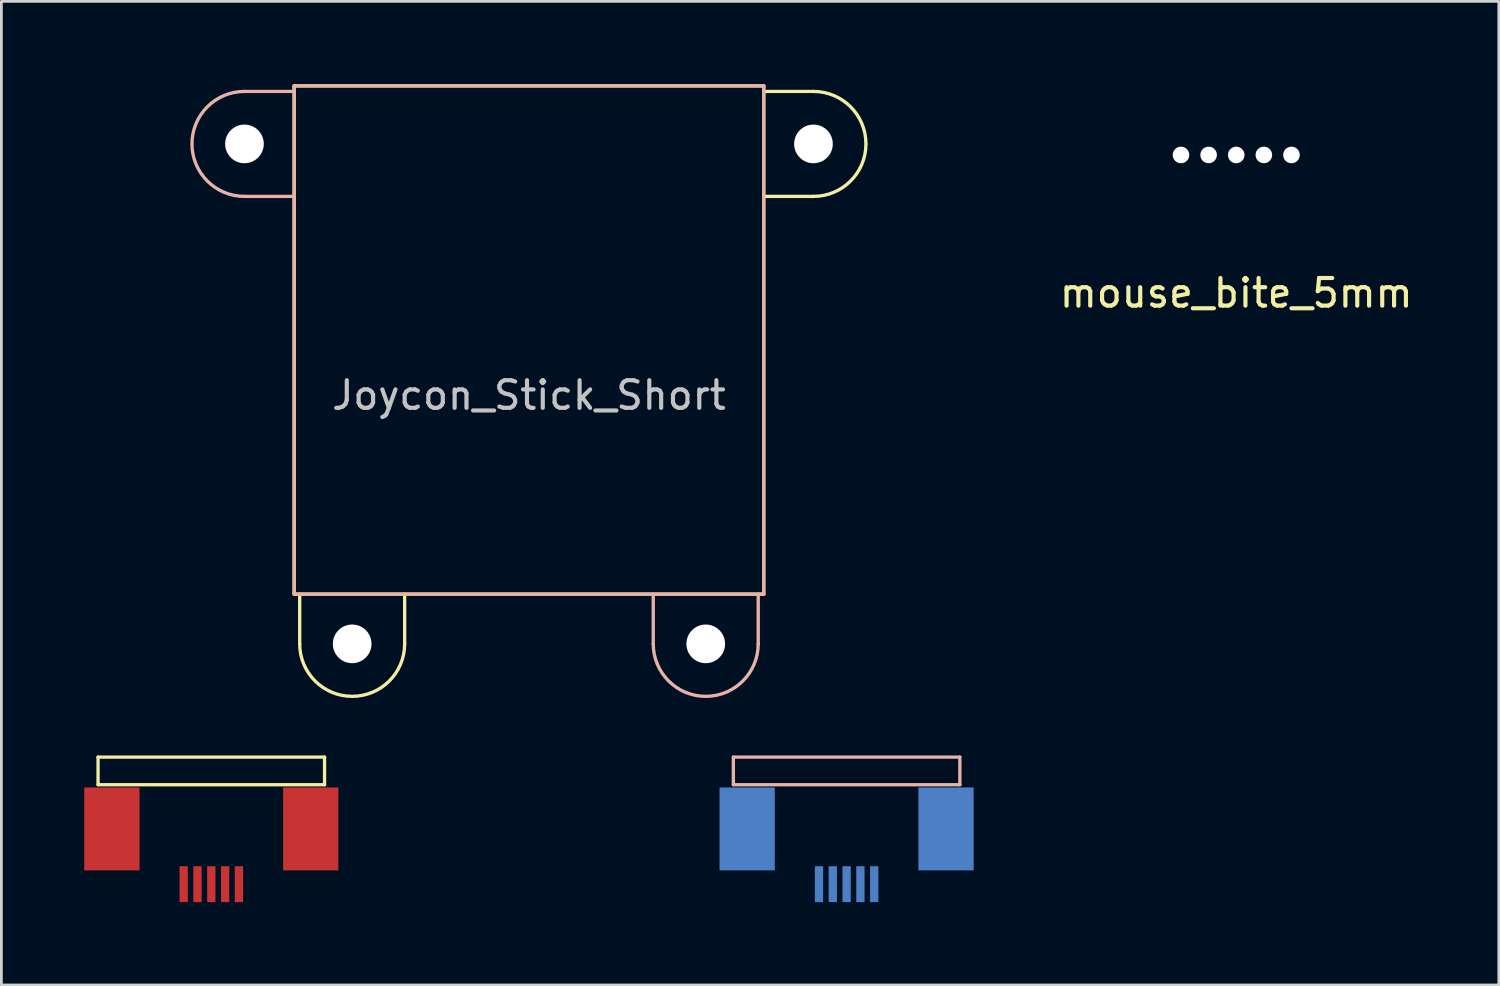
<source format=kicad_pcb>
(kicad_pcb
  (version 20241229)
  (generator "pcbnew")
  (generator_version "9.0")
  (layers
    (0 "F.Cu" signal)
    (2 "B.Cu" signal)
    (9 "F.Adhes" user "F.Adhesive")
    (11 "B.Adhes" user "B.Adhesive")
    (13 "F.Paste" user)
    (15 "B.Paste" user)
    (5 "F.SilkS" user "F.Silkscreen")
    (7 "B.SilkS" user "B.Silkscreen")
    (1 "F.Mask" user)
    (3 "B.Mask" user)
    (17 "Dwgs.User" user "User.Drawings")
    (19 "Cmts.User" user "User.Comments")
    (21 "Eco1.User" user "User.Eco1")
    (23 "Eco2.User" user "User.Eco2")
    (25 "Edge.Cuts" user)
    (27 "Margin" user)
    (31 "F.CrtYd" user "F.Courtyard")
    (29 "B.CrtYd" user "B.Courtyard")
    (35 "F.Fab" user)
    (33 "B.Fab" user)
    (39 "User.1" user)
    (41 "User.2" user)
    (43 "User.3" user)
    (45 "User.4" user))
  (footprint "mouse_bite_5mm"
    (layer "F.Cu")
    (at 41.706 2.56)
    (property "Reference" "mouse_bite_5mm" (at 0 5 0) (layer "F.SilkS") (effects (font (size 1 1) (thickness 0.15))))
    (attr through_hole)
    (fp_line (start -2.5 -2.5) (end -2.5 2.5) (stroke (width 0.12) (type solid)) (layer "Eco1.User"))
    (fp_line (start -2.5 2.5) (end 2.5 2.5) (stroke (width 0.12) (type solid)) (layer "Eco1.User"))
    (fp_line (start 2.5 -2.5) (end -2.5 -2.5) (stroke (width 0.12) (type solid)) (layer "Eco1.User"))
    (fp_line (start 2.5 2.5) (end 2.5 -2.5) (stroke (width 0.12) (type solid)) (layer "Eco1.User"))
    (pad "" np_thru_hole circle (at -2 0) (size 0.6 0.6) (drill 0.6) (layers "*.Cu" "*.Mask"))
    (pad "" np_thru_hole circle (at -1 0) (size 0.6 0.6) (drill 0.6) (layers "*.Cu" "*.Mask"))
    (pad "" np_thru_hole circle (at 0 0) (size 0.6 0.6) (drill 0.6) (layers "*.Cu" "*.Mask"))
    (pad "" np_thru_hole circle (at 1 0) (size 0.6 0.6) (drill 0.6) (layers "*.Cu" "*.Mask"))
    (pad "" np_thru_hole circle (at 2 0) (size 0.6 0.6) (drill 0.6) (layers "*.Cu" "*.Mask")))
  (footprint "Joycon_Stick_Short"
    (layer "F.Cu")
    (at 16.1 9.26)
    (property "Reference" "Joycon_Stick_Short" (at 0 2 0) (layer "Dwgs.User") (effects (font (size 1 1) (thickness 0.15))))
    (attr through_hole)
    (fp_line (start -15.6 15.1) (end -7.4 15.1) (stroke (width 0.12) (type solid)) (layer "F.SilkS"))
    (fp_line (start -15.6 16.1) (end -15.6 15.1) (stroke (width 0.12) (type solid)) (layer "F.SilkS"))
    (fp_line (start -8.5 -9.2) (end 8.5 -9.2) (stroke (width 0.12) (type solid)) (layer "F.SilkS"))
    (fp_line (start -8.5 9.2) (end -8.5 -9.2) (stroke (width 0.12) (type solid)) (layer "F.SilkS"))
    (fp_line (start -8.3 11) (end -8.3 9.2) (stroke (width 0.12) (type solid)) (layer "F.SilkS"))
    (fp_line (start -7.4 15.1) (end -7.4 16.1) (stroke (width 0.12) (type solid)) (layer "F.SilkS"))
    (fp_line (start -7.4 16.1) (end -15.6 16.1) (stroke (width 0.12) (type solid)) (layer "F.SilkS"))
    (fp_line (start -4.5 9.2) (end -4.5 11) (stroke (width 0.12) (type solid)) (layer "F.SilkS"))
    (fp_line (start 8.5 -9.2) (end 8.5 9.2) (stroke (width 0.12) (type solid)) (layer "F.SilkS"))
    (fp_line (start 8.5 -5.2) (end 10.3 -5.2) (stroke (width 0.12) (type solid)) (layer "F.SilkS"))
    (fp_line (start 8.5 9.2) (end -8.5 9.2) (stroke (width 0.12) (type solid)) (layer "F.SilkS"))
    (fp_line (start 10.3 -9) (end 8.5 -9) (stroke (width 0.12) (type solid)) (layer "F.SilkS"))
    (fp_arc (start -4.5 11) (mid -6.4 12.9) (end -8.3 11) (stroke (width 0.12) (type solid)) (layer "F.SilkS"))
    (fp_arc (start 10.3 -9) (mid 12.2 -7.1) (end 10.3 -5.2) (stroke (width 0.12) (type solid)) (layer "F.SilkS"))
    (fp_line (start -10.3 -9) (end -8.5 -9) (stroke (width 0.12) (type solid)) (layer "B.SilkS"))
    (fp_line (start -8.5 -9.2) (end -8.5 9.2) (stroke (width 0.12) (type solid)) (layer "B.SilkS"))
    (fp_line (start -8.5 -5.2) (end -10.3 -5.2) (stroke (width 0.12) (type solid)) (layer "B.SilkS"))
    (fp_line (start -8.5 9.2) (end 8.5 9.2) (stroke (width 0.12) (type solid)) (layer "B.SilkS"))
    (fp_line (start 4.5 9.2) (end 4.5 11) (stroke (width 0.12) (type solid)) (layer "B.SilkS"))
    (fp_line (start 7.4 15.1) (end 15.6 15.1) (stroke (width 0.12) (type solid)) (layer "B.SilkS"))
    (fp_line (start 7.4 16.1) (end 7.4 15.1) (stroke (width 0.12) (type solid)) (layer "B.SilkS"))
    (fp_line (start 8.3 11) (end 8.3 9.2) (stroke (width 0.12) (type solid)) (layer "B.SilkS"))
    (fp_line (start 8.5 -9.2) (end -8.5 -9.2) (stroke (width 0.12) (type solid)) (layer "B.SilkS"))
    (fp_line (start 8.5 9.2) (end 8.5 -9.2) (stroke (width 0.12) (type solid)) (layer "B.SilkS"))
    (fp_line (start 15.6 15.1) (end 15.6 16.1) (stroke (width 0.12) (type solid)) (layer "B.SilkS"))
    (fp_line (start 15.6 16.1) (end 7.4 16.1) (stroke (width 0.12) (type solid)) (layer "B.SilkS"))
    (fp_arc (start -10.3 -5.2) (mid -12.2 -7.1) (end -10.3 -9) (stroke (width 0.12) (type solid)) (layer "B.SilkS"))
    (fp_arc (start 8.3 11) (mid 6.4 12.9) (end 4.5 11) (stroke (width 0.12) (type solid)) (layer "B.SilkS"))
    (fp_line (start -15.1 16.1) (end -15.1 19.1) (stroke (width 0.12) (type solid)) (layer "Eco1.User"))
    (fp_line (start -15.1 19.1) (end -7.9 19.1) (stroke (width 0.12) (type solid)) (layer "Eco1.User"))
    (fp_line (start -13 9.2) (end -13 18.2) (stroke (width 0.12) (type solid)) (layer "Eco1.User"))
    (fp_line (start -13 15.2) (end -10 15.2) (stroke (width 0.12) (type solid)) (layer "Eco1.User"))
    (fp_line (start -13 18.2) (end -10 18.2) (stroke (width 0.12) (type solid)) (layer "Eco1.User"))
    (fp_line (start -10 9.7) (end -10 18.2) (stroke (width 0.12) (type solid)) (layer "Eco1.User"))
    (fp_line (start -9.5 9.2) (end -8.5 9.2) (stroke (width 0.12) (type solid)) (layer "Eco1.User"))
    (fp_line (start -9 6.2) (end -10 6.2) (stroke (width 0.12) (type solid)) (layer "Eco1.User"))
    (fp_line (start -7.9 19.1) (end -7.9 16.1) (stroke (width 0.12) (type solid)) (layer "Eco1.User"))
    (fp_line (start 7.9 16.1) (end 7.9 19.1) (stroke (width 0.12) (type solid)) (layer "Eco1.User"))
    (fp_line (start 7.9 19.1) (end 15.1 19.1) (stroke (width 0.12) (type solid)) (layer "Eco1.User"))
    (fp_line (start 9 6.2) (end 10 6.2) (stroke (width 0.12) (type solid)) (layer "Eco1.User"))
    (fp_line (start 9.5 9.2) (end 8.5 9.2) (stroke (width 0.12) (type solid)) (layer "Eco1.User"))
    (fp_line (start 10 9.7) (end 10 18.2) (stroke (width 0.12) (type solid)) (layer "Eco1.User"))
    (fp_line (start 13 9.2) (end 13 18.2) (stroke (width 0.12) (type solid)) (layer "Eco1.User"))
    (fp_line (start 13 15.2) (end 10 15.2) (stroke (width 0.12) (type solid)) (layer "Eco1.User"))
    (fp_line (start 13 18.2) (end 10 18.2) (stroke (width 0.12) (type solid)) (layer "Eco1.User"))
    (fp_line (start 15.1 19.1) (end 15.1 16.1) (stroke (width 0.12) (type solid)) (layer "Eco1.User"))
    (fp_arc (start -13 9.2) (mid -12.12132 7.07868) (end -10 6.2) (stroke (width 0.12) (type solid)) (layer "Eco1.User"))
    (fp_arc (start -10 9.7) (mid -9.853553 9.346447) (end -9.5 9.2) (stroke (width 0.12) (type solid)) (layer "Eco1.User"))
    (fp_arc (start -8.5 5.7) (mid -8.646447 6.053553) (end -9 6.2) (stroke (width 0.12) (type solid)) (layer "Eco1.User"))
    (fp_arc (start 9 6.2) (mid 8.646447 6.053553) (end 8.5 5.7) (stroke (width 0.12) (type solid)) (layer "Eco1.User"))
    (fp_arc (start 9.5 9.2) (mid 9.853553 9.346447) (end 10 9.7) (stroke (width 0.12) (type solid)) (layer "Eco1.User"))
    (fp_arc (start 10 6.2) (mid 12.12132 7.07868) (end 13 9.2) (stroke (width 0.12) (type solid)) (layer "Eco1.User"))
    (fp_line (start -15 9.4) (end -15 17.4) (stroke (width 0.12) (type solid)) (layer "Eco2.User"))
    (fp_line (start -15 9.4) (end -9 9.4) (stroke (width 0.12) (type solid)) (layer "Eco2.User"))
    (fp_line (start -15 17.4) (end -9 17.4) (stroke (width 0.12) (type solid)) (layer "Eco2.User"))
    (fp_line (start -9 9.4) (end -9 17.4) (stroke (width 0.12) (type solid)) (layer "Eco2.User"))
    (fp_line (start 9 9.4) (end 9 17.4) (stroke (width 0.12) (type solid)) (layer "Eco2.User"))
    (fp_line (start 9 9.4) (end 15 9.4) (stroke (width 0.12) (type solid)) (layer "Eco2.User"))
    (fp_line (start 9 17.4) (end 15 17.4) (stroke (width 0.12) (type solid)) (layer "Eco2.User"))
    (fp_line (start 15 9.4) (end 15 17.4) (stroke (width 0.12) (type solid)) (layer "Eco2.User"))
    (fp_circle (center -10.3 -7.1) (end -9.3 -7.1) (stroke (width 0.05) (type solid)) (fill no) (layer "Eco2.User"))
    (fp_circle (center -6.4 11) (end -5.4 11) (stroke (width 0.05) (type solid)) (fill no) (layer "Eco2.User"))
    (fp_circle (center 6.4 11) (end 7.4 11) (stroke (width 0.05) (type solid)) (fill no) (layer "Eco2.User"))
    (fp_circle (center 10.3 -7.1) (end 11.3 -7.1) (stroke (width 0.05) (type solid)) (fill no) (layer "Eco2.User"))
    (pad "" smd rect (at -15.1 17.7 270) (size 3 2) (layers "F.Cu" "F.Mask" "F.Paste"))
    (pad "" np_thru_hole circle (at -10.3 -7.1 180) (size 1.4 1.4) (drill 1.4) (layers "*.Cu" "*.Mask"))
    (pad "" smd rect (at -7.9 17.7 270) (size 3 2) (layers "F.Cu" "F.Mask" "F.Paste"))
    (pad "" np_thru_hole circle (at -6.4 11) (size 1.4 1.4) (drill 1.4) (layers "*.Cu" "*.Mask"))
    (pad "" np_thru_hole circle (at 6.4 11 180) (size 1.4 1.4) (drill 1.4) (layers "*.Cu" "*.Mask"))
    (pad "" smd rect (at 7.9 17.7 90) (size 3 2) (layers "B.Cu" "B.Mask" "B.Paste"))
    (pad "" np_thru_hole circle (at 10.3 -7.1) (size 1.4 1.4) (drill 1.4) (layers "*.Cu" "*.Mask"))
    (pad "" smd rect (at 15.1 17.7 90) (size 3 2) (layers "B.Cu" "B.Mask" "B.Paste"))
    (pad "1" smd rect (at -12.5 19.7 270) (size 1.3 0.3) (layers "F.Cu" "F.Mask" "F.Paste"))
    (pad "1" smd rect (at 12.5 19.7 270) (size 1.3 0.3) (layers "B.Cu" "B.Mask" "B.Paste"))
    (pad "2" smd rect (at -12 19.7 270) (size 1.3 0.3) (layers "F.Cu" "F.Mask" "F.Paste"))
    (pad "2" smd rect (at 12 19.7 270) (size 1.3 0.3) (layers "B.Cu" "B.Mask" "B.Paste"))
    (pad "3" smd rect (at -11.5 19.7 270) (size 1.3 0.3) (layers "F.Cu" "F.Mask" "F.Paste"))
    (pad "3" smd rect (at 11.5 19.7 270) (size 1.3 0.3) (layers "B.Cu" "B.Mask" "B.Paste"))
    (pad "4" smd rect (at -11 19.7 270) (size 1.3 0.3) (layers "F.Cu" "F.Mask" "F.Paste"))
    (pad "4" smd rect (at 11 19.7 270) (size 1.3 0.3) (layers "B.Cu" "B.Mask" "B.Paste"))
    (pad "5" smd rect (at -10.5 19.7 270) (size 1.3 0.3) (layers "F.Cu" "F.Mask" "F.Paste"))
    (pad "5" smd rect (at 10.5 19.7 270) (size 1.3 0.3) (layers "B.Cu" "B.Mask" "B.Paste")))
  (gr_rect
    (start -3 -3)
    (end 51.212 32.61)
    (stroke (width 0.1) (type default))
    (fill no)
    (layer "Edge.Cuts")))
</source>
